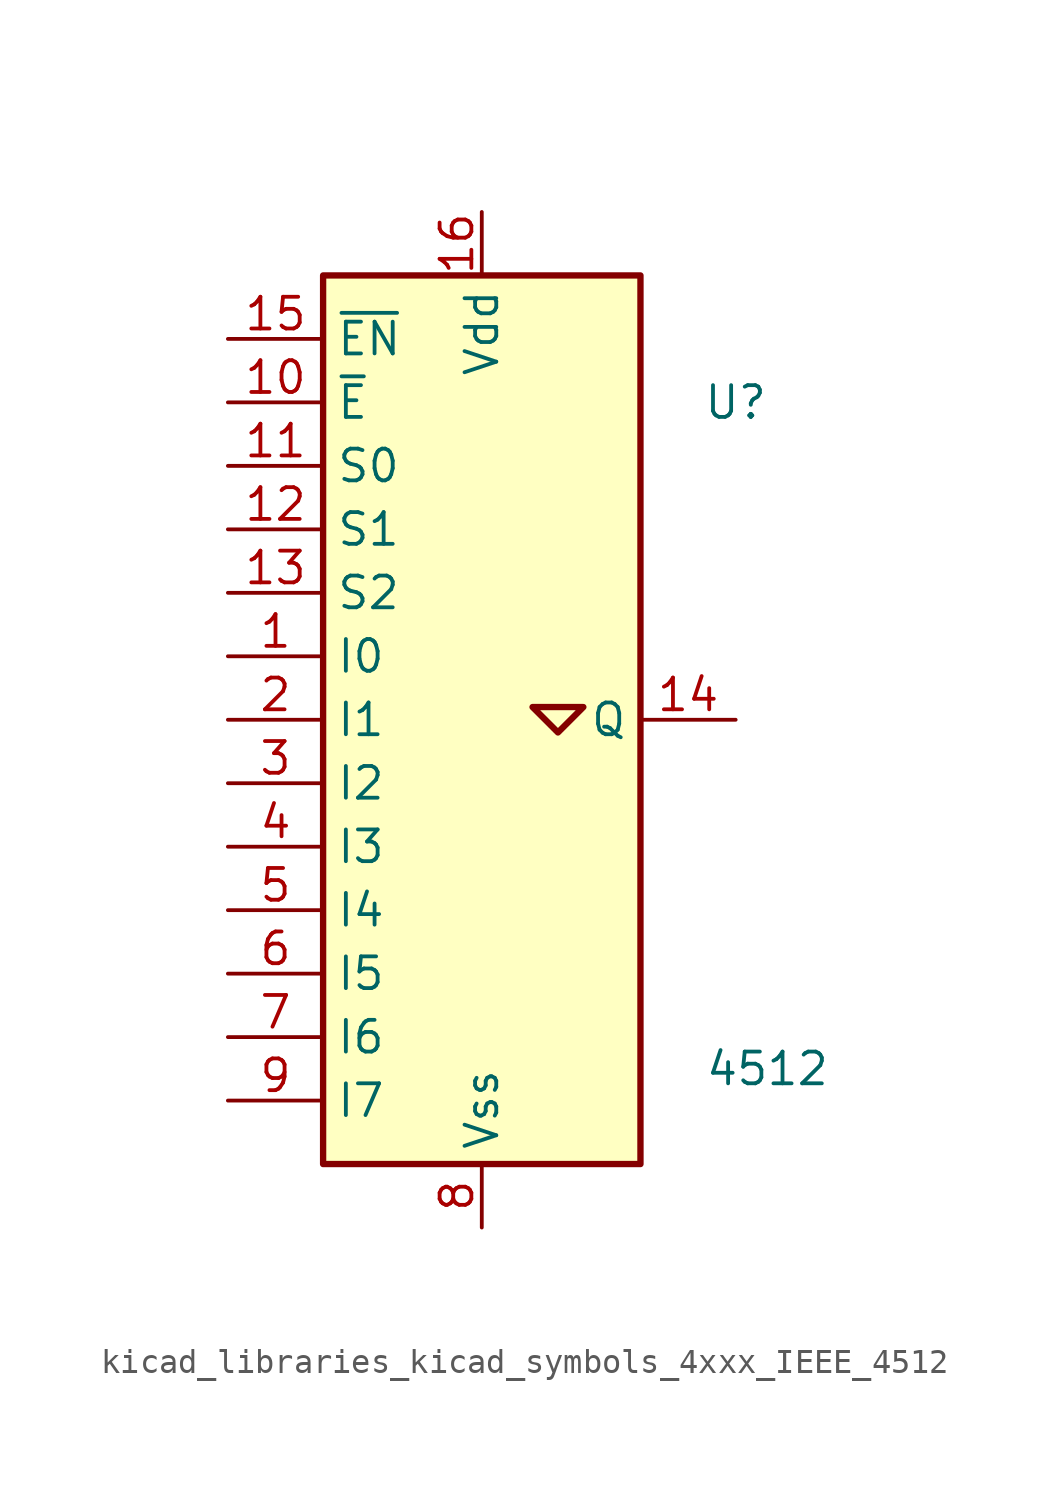
<source format=kicad_sym>
(kicad_symbol_lib
  (version 20220914)
  (generator kicad_symbol_editor)
  (symbol "kicad_libraries_kicad_symbols_4xxx_IEEE_4512"
    (property "Reference" "U"
      (at 10.16 12.7 0)
      (effects (font (size 1.27 1.27))))
    (property "Value" "4512"
      (at 11.43 -13.97 0)
      (effects (font (size 1.27 1.27))))
    (symbol "kicad_libraries_kicad_symbols_4xxx_IEEE_4512_0_1"
      (rectangle (start -6.35 17.78) (end 6.35 -17.78) (stroke (width 0.254) (type default)) (fill (type background)))
      (polyline (pts (xy 2.032 0.508) (xy 3.048 -0.508) (xy 4.064 0.508) (xy 2.032 0.508) (xy 2.032 0.508)) (stroke (width 0.254) (type default)) (fill (type background))))
    (symbol "kicad_libraries_kicad_symbols_4xxx_IEEE_4512_1_1"
      (pin input line (at -10.16 2.54 0) (length 3.81) (name "I0" (effects (font (size 1.27 1.27)))) (number "1" (effects (font (size 1.27 1.27)))))
      (pin input line (at -10.16 12.7 0) (length 3.81) (name "~{E}" (effects (font (size 1.27 1.27)))) (number "10" (effects (font (size 1.27 1.27)))))
      (pin input line (at -10.16 10.16 0) (length 3.81) (name "S0" (effects (font (size 1.27 1.27)))) (number "11" (effects (font (size 1.27 1.27)))))
      (pin input line (at -10.16 7.62 0) (length 3.81) (name "S1" (effects (font (size 1.27 1.27)))) (number "12" (effects (font (size 1.27 1.27)))))
      (pin input line (at -10.16 5.08 0) (length 3.81) (name "S2" (effects (font (size 1.27 1.27)))) (number "13" (effects (font (size 1.27 1.27)))))
      (pin output line (at 10.16 0 180) (length 3.81) (name "Q" (effects (font (size 1.27 1.27)))) (number "14" (effects (font (size 1.27 1.27)))))
      (pin input line (at -10.16 15.24 0) (length 3.81) (name "~{EN}" (effects (font (size 1.27 1.27)))) (number "15" (effects (font (size 1.27 1.27)))))
      (pin power_in line (at 0 20.32 270) (length 2.54) (name "Vdd" (effects (font (size 1.27 1.27)))) (number "16" (effects (font (size 1.27 1.27)))))
      (pin input line (at -10.16 0 0) (length 3.81) (name "I1" (effects (font (size 1.27 1.27)))) (number "2" (effects (font (size 1.27 1.27)))))
      (pin input line (at -10.16 -2.54 0) (length 3.81) (name "I2" (effects (font (size 1.27 1.27)))) (number "3" (effects (font (size 1.27 1.27)))))
      (pin input line (at -10.16 -5.08 0) (length 3.81) (name "I3" (effects (font (size 1.27 1.27)))) (number "4" (effects (font (size 1.27 1.27)))))
      (pin input line (at -10.16 -7.62 0) (length 3.81) (name "I4" (effects (font (size 1.27 1.27)))) (number "5" (effects (font (size 1.27 1.27)))))
      (pin input line (at -10.16 -10.16 0) (length 3.81) (name "I5" (effects (font (size 1.27 1.27)))) (number "6" (effects (font (size 1.27 1.27)))))
      (pin input line (at -10.16 -12.7 0) (length 3.81) (name "I6" (effects (font (size 1.27 1.27)))) (number "7" (effects (font (size 1.27 1.27)))))
      (pin power_in line (at 0 -20.32 90) (length 2.54) (name "Vss" (effects (font (size 1.27 1.27)))) (number "8" (effects (font (size 1.27 1.27)))))
      (pin input line (at -10.16 -15.24 0) (length 3.81) (name "I7" (effects (font (size 1.27 1.27)))) (number "9" (effects (font (size 1.27 1.27))))))))
</source>
